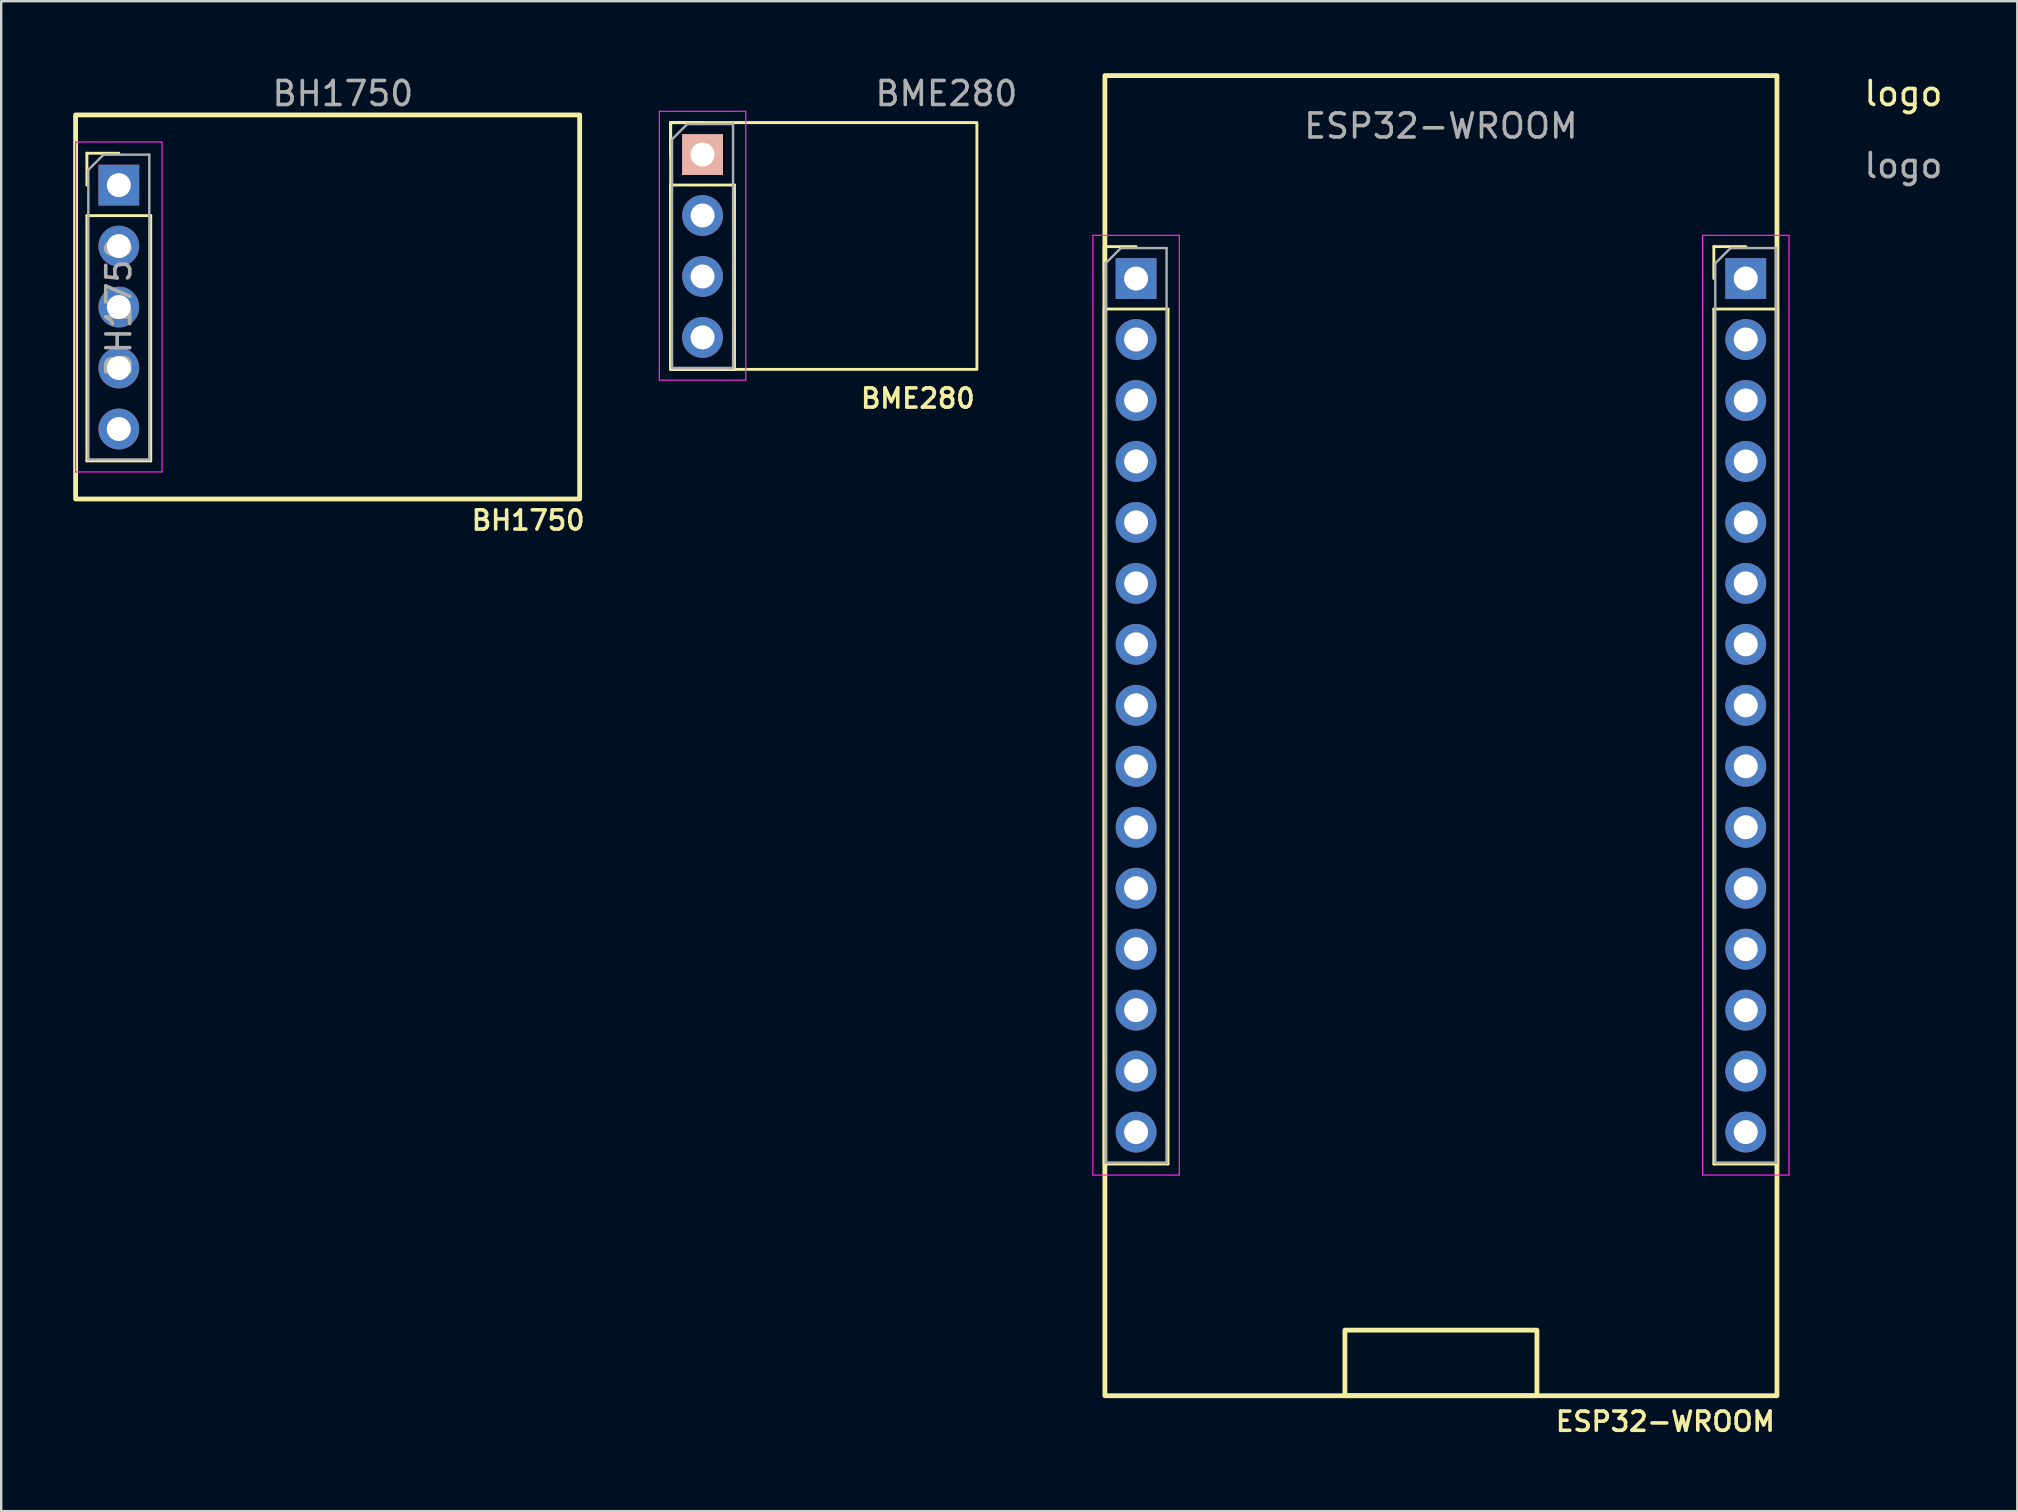
<source format=kicad_pcb>
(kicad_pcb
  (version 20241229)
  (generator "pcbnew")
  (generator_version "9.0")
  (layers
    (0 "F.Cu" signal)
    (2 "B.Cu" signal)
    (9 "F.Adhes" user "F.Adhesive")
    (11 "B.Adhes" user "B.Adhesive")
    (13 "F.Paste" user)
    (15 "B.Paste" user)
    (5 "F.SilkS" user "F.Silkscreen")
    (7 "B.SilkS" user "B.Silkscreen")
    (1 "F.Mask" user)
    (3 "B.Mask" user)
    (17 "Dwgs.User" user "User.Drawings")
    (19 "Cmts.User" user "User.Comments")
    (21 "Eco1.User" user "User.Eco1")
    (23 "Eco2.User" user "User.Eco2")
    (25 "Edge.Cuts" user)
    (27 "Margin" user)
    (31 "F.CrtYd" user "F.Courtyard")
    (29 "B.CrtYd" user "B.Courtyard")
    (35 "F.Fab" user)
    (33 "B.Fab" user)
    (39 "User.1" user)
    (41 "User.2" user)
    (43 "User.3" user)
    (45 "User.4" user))
  (footprint "BH1750"
    (layer "F.Cu")
    (at 10.6 9.738)
    (property "Reference" "BH1750" (at 10.795 8.89 0) (unlocked yes) (layer "F.SilkS") (effects (font (size 0.8 0.8) (thickness 0.15)) (justify right)))
    (attr through_hole)
    (fp_line (start -10.03 -6.405) (end -8.7 -6.405) (stroke (width 0.12) (type solid)) (layer "F.SilkS"))
    (fp_line (start -10.03 -5.075) (end -10.03 -6.405) (stroke (width 0.12) (type solid)) (layer "F.SilkS"))
    (fp_line (start -10.03 -3.805) (end -10.03 6.415) (stroke (width 0.12) (type solid)) (layer "F.SilkS"))
    (fp_line (start -10.03 -3.805) (end -7.37 -3.805) (stroke (width 0.12) (type solid)) (layer "F.SilkS"))
    (fp_line (start -10.03 6.415) (end -7.37 6.415) (stroke (width 0.12) (type solid)) (layer "F.SilkS"))
    (fp_line (start -7.37 -3.805) (end -7.37 6.415) (stroke (width 0.12) (type solid)) (layer "F.SilkS"))
    (fp_rect (start -10.5 -8) (end 10.5 8) (stroke (width 0.2) (type solid)) (fill no) (layer "F.SilkS"))
    (fp_line (start -10.5 -6.875) (end -10.5 6.875) (stroke (width 0.05) (type solid)) (layer "F.CrtYd"))
    (fp_line (start -10.5 6.875) (end -6.9 6.875) (stroke (width 0.05) (type solid)) (layer "F.CrtYd"))
    (fp_line (start -6.9 -6.875) (end -10.5 -6.875) (stroke (width 0.05) (type solid)) (layer "F.CrtYd"))
    (fp_line (start -6.9 6.875) (end -6.9 -6.875) (stroke (width 0.05) (type solid)) (layer "F.CrtYd"))
    (fp_line (start -9.97 -5.71) (end -9.335 -6.345) (stroke (width 0.1) (type solid)) (layer "F.Fab"))
    (fp_line (start -9.97 6.355) (end -9.97 -5.71) (stroke (width 0.1) (type solid)) (layer "F.Fab"))
    (fp_line (start -9.335 -6.345) (end -7.43 -6.345) (stroke (width 0.1) (type solid)) (layer "F.Fab"))
    (fp_line (start -7.43 -6.345) (end -7.43 6.355) (stroke (width 0.1) (type solid)) (layer "F.Fab"))
    (fp_line (start -7.43 6.355) (end -9.97 6.355) (stroke (width 0.1) (type solid)) (layer "F.Fab"))
    (fp_text user "${REFERENCE}" (at 0.635 -8.89 0) (unlocked yes) (layer "F.Fab") (effects (font (size 1 1) (thickness 0.15))))
    (fp_text user "${REFERENCE}" (at -8.7 0.005 90) (layer "F.Fab") (effects (font (size 1 1) (thickness 0.15))))
    (pad "1" thru_hole oval (at -8.7 5.085) (size 1.7 1.7) (drill 1) (layers "*.Cu" "*.Mask"))
    (pad "2" thru_hole oval (at -8.7 2.545) (size 1.7 1.7) (drill 1) (layers "*.Cu" "*.Mask"))
    (pad "3" thru_hole oval (at -8.7 0.005) (size 1.7 1.7) (drill 1) (layers "*.Cu" "*.Mask"))
    (pad "4" thru_hole oval (at -8.7 -2.535) (size 1.7 1.7) (drill 1) (layers "*.Cu" "*.Mask"))
    (pad "5" thru_hole rect (at -8.7 -5.075) (size 1.7 1.7) (drill 1) (layers "*.Cu" "*.Mask")))
  (footprint "logo"
    (layer "F.Cu")
    (at 76.251 1.348)
    (property "Reference" "logo" (at 0 -0.5 0) (unlocked yes) (layer "F.SilkS") (effects (font (size 1 1) (thickness 0.15))))
    (attr smd)
    (fp_text user "${REFERENCE}" (at 0 2.5 0) (unlocked yes) (layer "F.Fab") (effects (font (size 1 1) (thickness 0.15)))))
  (footprint "ESP32-WROOM"
    (layer "F.Cu")
    (at 56.982 27.6)
    (property "Reference" "ESP32-WROOM" (at 14 28.575 0) (unlocked yes) (layer "F.SilkS") (effects (font (size 0.8 0.8) (thickness 0.15)) (justify right)))
    (attr through_hole)
    (fp_line (start -14.03 -20.375) (end -12.7 -20.375) (stroke (width 0.12) (type solid)) (layer "F.SilkS"))
    (fp_line (start -14.03 -19.045) (end -14.03 -20.375) (stroke (width 0.12) (type solid)) (layer "F.SilkS"))
    (fp_line (start -14.03 -17.775) (end -14.03 17.845) (stroke (width 0.12) (type solid)) (layer "F.SilkS"))
    (fp_line (start -14.03 -17.775) (end -11.37 -17.775) (stroke (width 0.12) (type solid)) (layer "F.SilkS"))
    (fp_line (start -14.03 17.845) (end -11.37 17.845) (stroke (width 0.12) (type solid)) (layer "F.SilkS"))
    (fp_line (start -11.37 -17.775) (end -11.37 17.845) (stroke (width 0.12) (type solid)) (layer "F.SilkS"))
    (fp_line (start 11.37 -20.375) (end 12.7 -20.375) (stroke (width 0.12) (type solid)) (layer "F.SilkS"))
    (fp_line (start 11.37 -19.045) (end 11.37 -20.375) (stroke (width 0.12) (type solid)) (layer "F.SilkS"))
    (fp_line (start 11.37 -17.775) (end 11.37 17.845) (stroke (width 0.12) (type solid)) (layer "F.SilkS"))
    (fp_line (start 11.37 -17.775) (end 14.03 -17.775) (stroke (width 0.12) (type solid)) (layer "F.SilkS"))
    (fp_line (start 11.37 17.845) (end 14.03 17.845) (stroke (width 0.12) (type solid)) (layer "F.SilkS"))
    (fp_line (start 14.03 -17.775) (end 14.03 17.845) (stroke (width 0.12) (type solid)) (layer "F.SilkS"))
    (fp_rect (start -14 -27.5) (end 14 27.5) (stroke (width 0.2) (type solid)) (fill no) (layer "F.SilkS"))
    (fp_rect (start -4 27.497) (end 4 24.765) (stroke (width 0.2) (type solid)) (fill no) (layer "F.SilkS"))
    (fp_line (start -14.5 -20.845) (end -14.5 18.305) (stroke (width 0.05) (type solid)) (layer "F.CrtYd"))
    (fp_line (start -14.5 18.305) (end -10.9 18.305) (stroke (width 0.05) (type solid)) (layer "F.CrtYd"))
    (fp_line (start -10.9 -20.845) (end -14.5 -20.845) (stroke (width 0.05) (type solid)) (layer "F.CrtYd"))
    (fp_line (start -10.9 18.305) (end -10.9 -20.845) (stroke (width 0.05) (type solid)) (layer "F.CrtYd"))
    (fp_line (start 10.9 -20.845) (end 10.9 18.305) (stroke (width 0.05) (type solid)) (layer "F.CrtYd"))
    (fp_line (start 10.9 18.305) (end 14.5 18.305) (stroke (width 0.05) (type solid)) (layer "F.CrtYd"))
    (fp_line (start 14.5 -20.845) (end 10.9 -20.845) (stroke (width 0.05) (type solid)) (layer "F.CrtYd"))
    (fp_line (start 14.5 18.305) (end 14.5 -20.845) (stroke (width 0.05) (type solid)) (layer "F.CrtYd"))
    (fp_line (start -13.97 -19.68) (end -13.335 -20.315) (stroke (width 0.1) (type solid)) (layer "F.Fab"))
    (fp_line (start -13.97 17.785) (end -13.97 -19.68) (stroke (width 0.1) (type solid)) (layer "F.Fab"))
    (fp_line (start -13.335 -20.315) (end -11.43 -20.315) (stroke (width 0.1) (type solid)) (layer "F.Fab"))
    (fp_line (start -11.43 -20.315) (end -11.43 17.785) (stroke (width 0.1) (type solid)) (layer "F.Fab"))
    (fp_line (start -11.43 17.785) (end -13.97 17.785) (stroke (width 0.1) (type solid)) (layer "F.Fab"))
    (fp_line (start 11.43 -19.68) (end 12.065 -20.315) (stroke (width 0.1) (type solid)) (layer "F.Fab"))
    (fp_line (start 11.43 17.785) (end 11.43 -19.68) (stroke (width 0.1) (type solid)) (layer "F.Fab"))
    (fp_line (start 12.065 -20.315) (end 13.97 -20.315) (stroke (width 0.1) (type solid)) (layer "F.Fab"))
    (fp_line (start 13.97 -20.315) (end 13.97 17.785) (stroke (width 0.1) (type solid)) (layer "F.Fab"))
    (fp_line (start 13.97 17.785) (end 11.43 17.785) (stroke (width 0.1) (type solid)) (layer "F.Fab"))
    (fp_text user "${REFERENCE}" (at 0 -25.4 0) (unlocked yes) (layer "F.Fab") (effects (font (size 1 1) (thickness 0.15))))
    (pad "1" thru_hole rect (at -12.7 -19.045) (size 1.7 1.7) (drill 1) (layers "*.Cu" "*.Mask"))
    (pad "2" thru_hole oval (at -12.7 -16.505) (size 1.7 1.7) (drill 1) (layers "*.Cu" "*.Mask"))
    (pad "3" thru_hole oval (at -12.7 -13.965) (size 1.7 1.7) (drill 1) (layers "*.Cu" "*.Mask"))
    (pad "4" thru_hole oval (at -12.7 -11.425) (size 1.7 1.7) (drill 1) (layers "*.Cu" "*.Mask"))
    (pad "5" thru_hole oval (at -12.7 -8.885) (size 1.7 1.7) (drill 1) (layers "*.Cu" "*.Mask"))
    (pad "6" thru_hole oval (at -12.7 -6.345) (size 1.7 1.7) (drill 1) (layers "*.Cu" "*.Mask"))
    (pad "7" thru_hole oval (at -12.7 -3.805) (size 1.7 1.7) (drill 1) (layers "*.Cu" "*.Mask"))
    (pad "8" thru_hole oval (at -12.7 -1.265) (size 1.7 1.7) (drill 1) (layers "*.Cu" "*.Mask"))
    (pad "9" thru_hole oval (at -12.7 1.275) (size 1.7 1.7) (drill 1) (layers "*.Cu" "*.Mask"))
    (pad "10" thru_hole oval (at -12.7 3.815) (size 1.7 1.7) (drill 1) (layers "*.Cu" "*.Mask"))
    (pad "11" thru_hole oval (at -12.7 6.355) (size 1.7 1.7) (drill 1) (layers "*.Cu" "*.Mask"))
    (pad "12" thru_hole oval (at -12.7 8.895) (size 1.7 1.7) (drill 1) (layers "*.Cu" "*.Mask"))
    (pad "13" thru_hole oval (at -12.7 11.435) (size 1.7 1.7) (drill 1) (layers "*.Cu" "*.Mask"))
    (pad "14" thru_hole oval (at -12.7 13.975) (size 1.7 1.7) (drill 1) (layers "*.Cu" "*.Mask"))
    (pad "15" thru_hole oval (at -12.7 16.515) (size 1.7 1.7) (drill 1) (layers "*.Cu" "*.Mask"))
    (pad "16" thru_hole rect (at 12.7 -19.045) (size 1.7 1.7) (drill 1) (layers "*.Cu" "*.Mask"))
    (pad "17" thru_hole oval (at 12.7 -16.505) (size 1.7 1.7) (drill 1) (layers "*.Cu" "*.Mask"))
    (pad "18" thru_hole oval (at 12.7 -13.965) (size 1.7 1.7) (drill 1) (layers "*.Cu" "*.Mask"))
    (pad "19" thru_hole oval (at 12.7 -11.425) (size 1.7 1.7) (drill 1) (layers "*.Cu" "*.Mask"))
    (pad "20" thru_hole oval (at 12.7 -8.885) (size 1.7 1.7) (drill 1) (layers "*.Cu" "*.Mask"))
    (pad "21" thru_hole oval (at 12.7 -6.345) (size 1.7 1.7) (drill 1) (layers "*.Cu" "*.Mask"))
    (pad "22" thru_hole oval (at 12.7 -3.805) (size 1.7 1.7) (drill 1) (layers "*.Cu" "*.Mask"))
    (pad "23" thru_hole oval (at 12.7 -1.265) (size 1.7 1.7) (drill 1) (layers "*.Cu" "*.Mask"))
    (pad "24" thru_hole oval (at 12.7 1.275) (size 1.7 1.7) (drill 1) (layers "*.Cu" "*.Mask"))
    (pad "25" thru_hole oval (at 12.7 3.815) (size 1.7 1.7) (drill 1) (layers "*.Cu" "*.Mask"))
    (pad "26" thru_hole oval (at 12.7 6.355) (size 1.7 1.7) (drill 1) (layers "*.Cu" "*.Mask"))
    (pad "27" thru_hole oval (at 12.7 8.895) (size 1.7 1.7) (drill 1) (layers "*.Cu" "*.Mask"))
    (pad "28" thru_hole oval (at 12.7 11.435) (size 1.7 1.7) (drill 1) (layers "*.Cu" "*.Mask"))
    (pad "29" thru_hole oval (at 12.7 13.975) (size 1.7 1.7) (drill 1) (layers "*.Cu" "*.Mask"))
    (pad "30" thru_hole oval (at 12.7 16.515) (size 1.7 1.7) (drill 1) (layers "*.Cu" "*.Mask")))
  (footprint "BME280"
    (layer "F.Cu")
    (at 31.83 7.198)
    (property "Reference" "BME280" (at 5.82 6.35 0) (unlocked yes) (layer "F.SilkS") (effects (font (size 0.8 0.8) (thickness 0.15)) (justify right)))
    (attr smd)
    (fp_line (start -6.94 -5.14) (end -5.61 -5.14) (stroke (width 0.12) (type solid)) (layer "F.SilkS"))
    (fp_line (start -6.94 -3.81) (end -6.94 -5.14) (stroke (width 0.12) (type solid)) (layer "F.SilkS"))
    (fp_line (start -6.94 -2.54) (end -6.94 5.14) (stroke (width 0.12) (type solid)) (layer "F.SilkS"))
    (fp_line (start -6.94 -2.54) (end -4.28 -2.54) (stroke (width 0.12) (type solid)) (layer "F.SilkS"))
    (fp_line (start -6.94 5.14) (end -4.28 5.14) (stroke (width 0.12) (type solid)) (layer "F.SilkS"))
    (fp_line (start -4.28 -2.54) (end -4.28 5.14) (stroke (width 0.12) (type solid)) (layer "F.SilkS"))
    (fp_rect (start -6.94 -5.14) (end 5.82 5.14) (stroke (width 0.12) (type solid)) (fill no) (layer "F.SilkS"))
    (fp_line (start -7.41 -5.61) (end -7.41 5.59) (stroke (width 0.05) (type solid)) (layer "F.CrtYd"))
    (fp_line (start -7.41 5.59) (end -3.81 5.59) (stroke (width 0.05) (type solid)) (layer "F.CrtYd"))
    (fp_line (start -3.81 -5.61) (end -7.41 -5.61) (stroke (width 0.05) (type solid)) (layer "F.CrtYd"))
    (fp_line (start -3.81 5.59) (end -3.81 -5.61) (stroke (width 0.05) (type solid)) (layer "F.CrtYd"))
    (fp_line (start -6.88 -4.445) (end -6.245 -5.08) (stroke (width 0.1) (type solid)) (layer "F.Fab"))
    (fp_line (start -6.88 5.08) (end -6.88 -4.445) (stroke (width 0.1) (type solid)) (layer "F.Fab"))
    (fp_line (start -6.245 -5.08) (end -4.34 -5.08) (stroke (width 0.1) (type solid)) (layer "F.Fab"))
    (fp_line (start -4.34 -5.08) (end -4.34 5.08) (stroke (width 0.1) (type solid)) (layer "F.Fab"))
    (fp_line (start -4.34 5.08) (end -6.88 5.08) (stroke (width 0.1) (type solid)) (layer "F.Fab"))
    (fp_text user "${REFERENCE}" (at 4.55 -6.35 0) (unlocked yes) (layer "F.Fab") (effects (font (size 1 1) (thickness 0.15))))
    (pad "1" thru_hole oval (at -5.61 3.81) (size 1.7 1.7) (drill 1) (layers "*.Cu" "*.Mask"))
    (pad "2" thru_hole oval (at -5.61 1.27) (size 1.7 1.7) (drill 1) (layers "*.Cu" "*.Mask"))
    (pad "3" thru_hole oval (at -5.61 -1.27) (size 1.7 1.7) (drill 1) (layers "*.Cu" "*.Mask"))
    (pad "4" thru_hole rect (at -5.61 -3.81) (size 1.7 1.7) (drill 1) (layers "*.Cu" "*.Mask" "B.SilkS")))
  (gr_rect
    (start -3 -3)
    (end 80.995 59.906)
    (stroke (width 0.1) (type default))
    (fill no)
    (layer "Edge.Cuts")))
</source>
